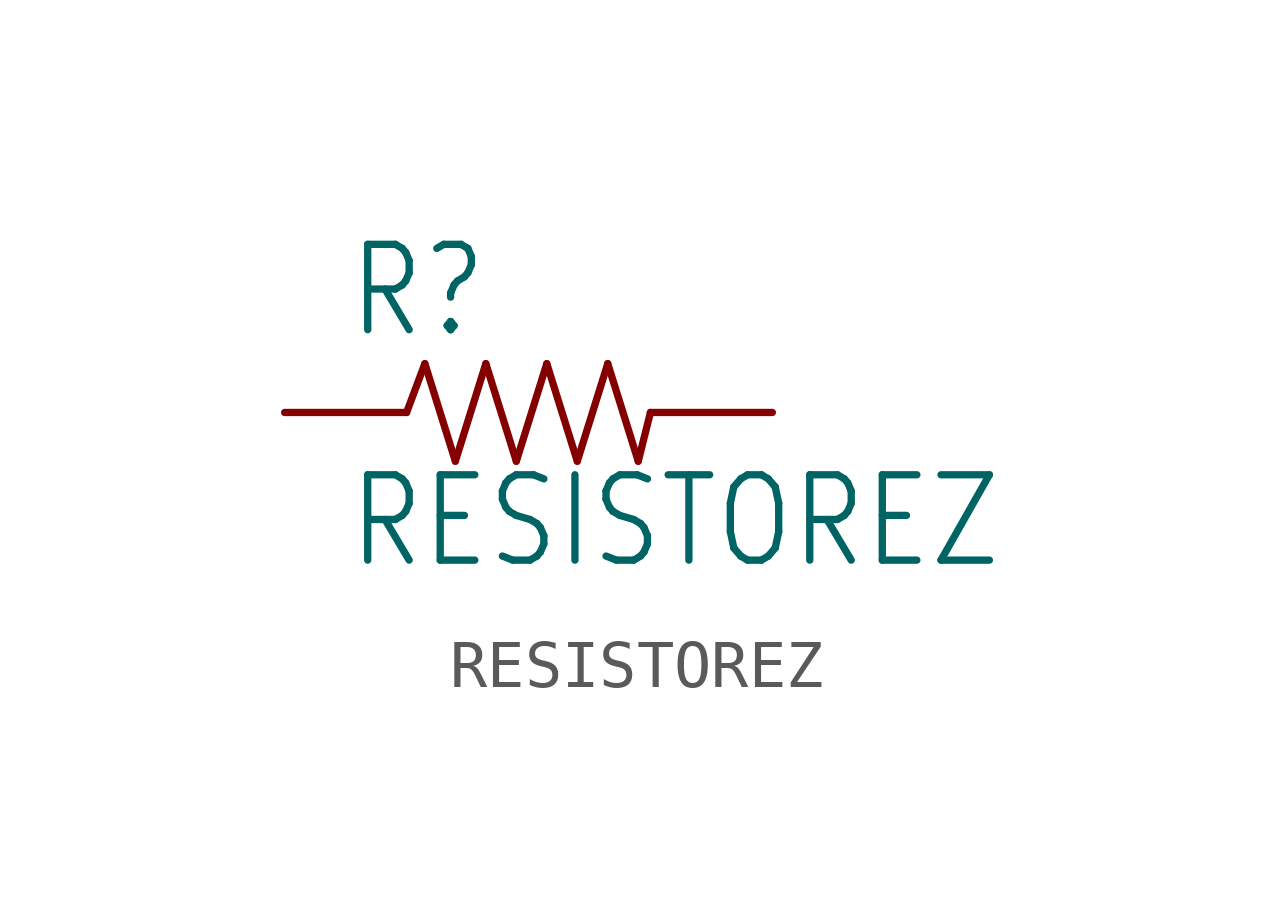
<source format=kicad_sym>
(kicad_symbol_lib
  (version 20220914)
  (generator kicad_symbol_editor)
  (symbol "RESISTOREZ"
    (property "Reference" "R"
      (at -3.81 1.499 0)
      (effects (font (size 1.778 1.511)) (justify left bottom)))
    (property "Value" "RESISTOREZ"
      (at -3.81 -3.302 0)
      (effects (font (size 1.778 1.511)) (justify left bottom)))
    (property "ki_locked" ""
      (at 0 0 0)
      (effects (font (size 1.27 1.27))))
    (symbol "RESISTOREZ_1_0"
      (polyline (pts (xy -2.54 0) (xy -2.159 1.016)) (stroke (width 0.152) (type default)) (fill (type none)))
      (polyline (pts (xy -2.159 1.016) (xy -1.524 -1.016)) (stroke (width 0.152) (type default)) (fill (type none)))
      (polyline (pts (xy -1.524 -1.016) (xy -0.889 1.016)) (stroke (width 0.152) (type default)) (fill (type none)))
      (polyline (pts (xy -0.889 1.016) (xy -0.254 -1.016)) (stroke (width 0.152) (type default)) (fill (type none)))
      (polyline (pts (xy -0.254 -1.016) (xy 0.381 1.016)) (stroke (width 0.152) (type default)) (fill (type none)))
      (polyline (pts (xy 0.381 1.016) (xy 1.016 -1.016)) (stroke (width 0.152) (type default)) (fill (type none)))
      (polyline (pts (xy 1.016 -1.016) (xy 1.651 1.016)) (stroke (width 0.152) (type default)) (fill (type none)))
      (polyline (pts (xy 1.651 1.016) (xy 2.286 -1.016)) (stroke (width 0.152) (type default)) (fill (type none)))
      (polyline (pts (xy 2.286 -1.016) (xy 2.54 0)) (stroke (width 0.152) (type default)) (fill (type none)))
      (pin passive line (at -5.08 0 0) (length 2.54) (name "1" (effects (font (size 0 0)))) (number "P$1" (effects (font (size 0 0)))))
      (pin passive line (at 5.08 0 180) (length 2.54) (name "2" (effects (font (size 0 0)))) (number "P$2" (effects (font (size 0 0))))))))
</source>
